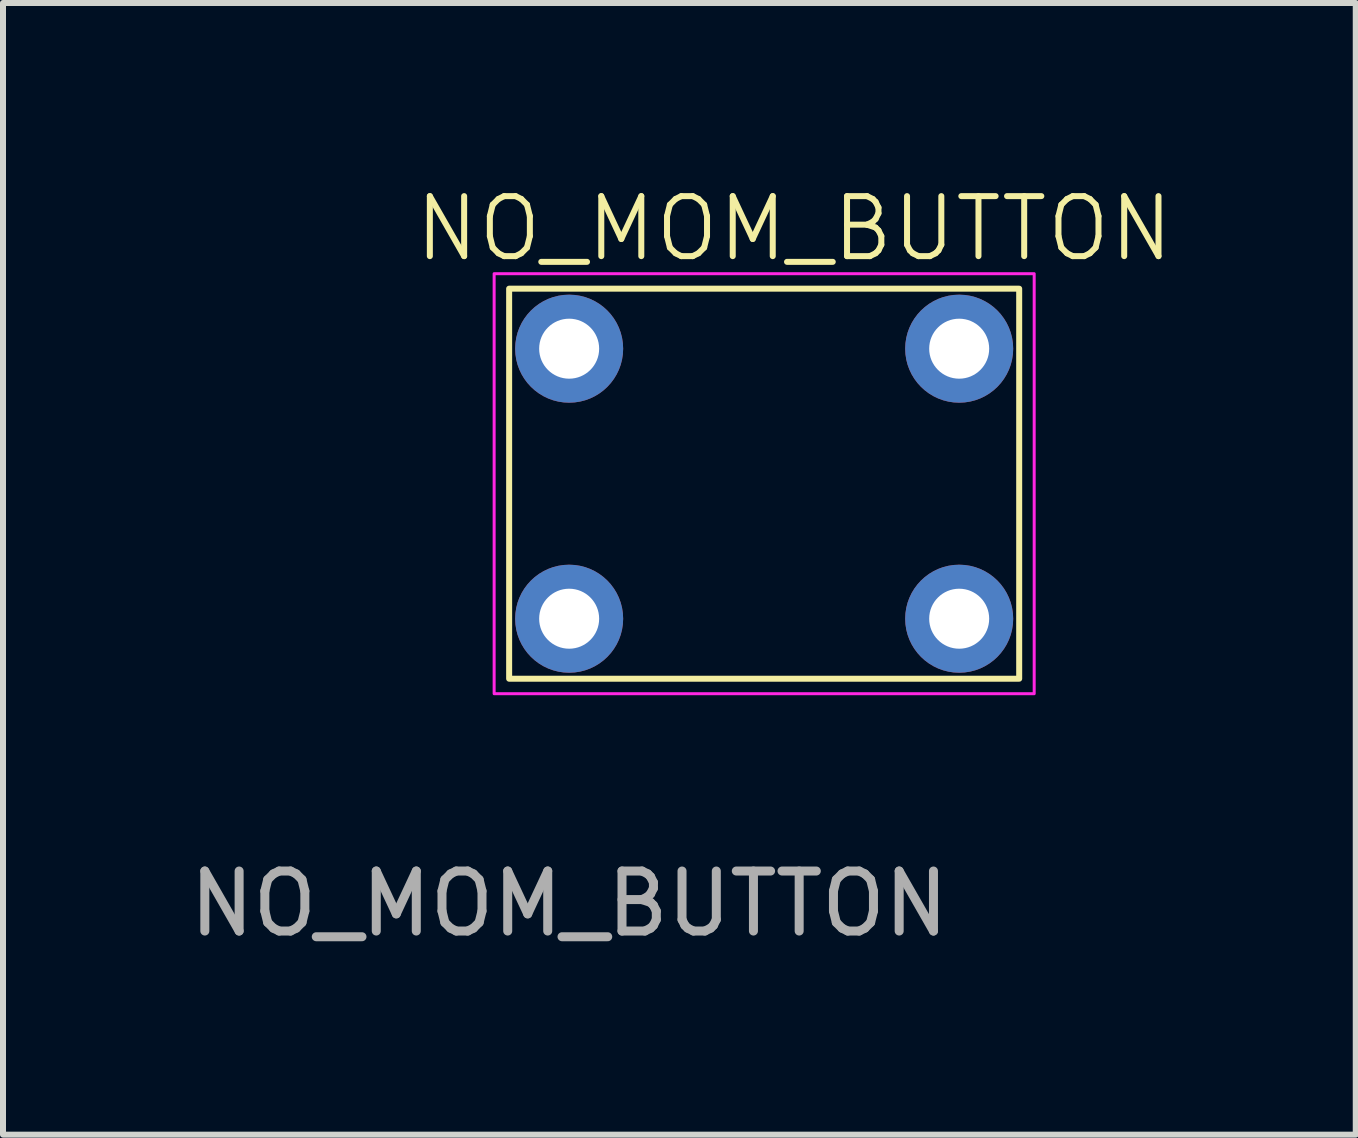
<source format=kicad_pcb>
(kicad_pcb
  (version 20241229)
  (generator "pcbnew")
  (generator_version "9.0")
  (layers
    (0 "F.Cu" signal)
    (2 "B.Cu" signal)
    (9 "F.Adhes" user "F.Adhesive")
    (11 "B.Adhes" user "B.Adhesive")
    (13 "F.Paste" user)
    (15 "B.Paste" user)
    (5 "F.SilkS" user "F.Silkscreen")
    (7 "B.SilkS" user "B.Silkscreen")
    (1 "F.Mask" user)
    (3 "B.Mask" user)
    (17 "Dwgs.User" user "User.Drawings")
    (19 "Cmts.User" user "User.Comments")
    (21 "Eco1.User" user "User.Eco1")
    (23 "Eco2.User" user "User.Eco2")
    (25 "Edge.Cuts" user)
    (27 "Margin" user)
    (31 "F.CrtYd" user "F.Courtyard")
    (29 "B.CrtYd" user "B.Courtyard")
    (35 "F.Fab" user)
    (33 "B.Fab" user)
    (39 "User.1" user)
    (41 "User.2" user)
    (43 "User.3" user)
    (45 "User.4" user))
  (footprint "NO_MOM_BUTTON"
    (layer "F.Cu")
    (at 6.435 7.261)
    (property "Reference" "NO_MOM_BUTTON" (at 3.75 -6.5 0) (unlocked yes) (layer "F.SilkS") (effects (font (size 1 1) (thickness 0.1))))
    (attr through_hole)
    (fp_rect (start -1 1) (end 7.5 -5.5) (stroke (width 0.1) (type default)) (fill no) (layer "F.SilkS"))
    (fp_rect (start -1.25 1.25) (end 7.75 -5.75) (stroke (width 0.05) (type default)) (fill no) (layer "F.CrtYd"))
    (fp_text user "${REFERENCE}" (at 0 4.75 0) (unlocked yes) (layer "F.Fab") (effects (font (size 1 1) (thickness 0.15))))
    (pad "1" thru_hole circle (at 0 -4.5) (size 1.8 1.8) (drill 1) (layers "*.Cu" "*.Mask"))
    (pad "2" thru_hole circle (at 0 0) (size 1.8 1.8) (drill 1) (layers "*.Cu" "*.Mask"))
    (pad "3" thru_hole circle (at 6.5 -4.5) (size 1.8 1.8) (drill 1) (layers "*.Cu" "*.Mask"))
    (pad "4" thru_hole circle (at 6.5 0) (size 1.8 1.8) (drill 1) (layers "*.Cu" "*.Mask")))
  (gr_rect
    (start -3 -3)
    (end 19.544 15.859)
    (stroke (width 0.1) (type default))
    (fill no)
    (layer "Edge.Cuts")))
</source>
